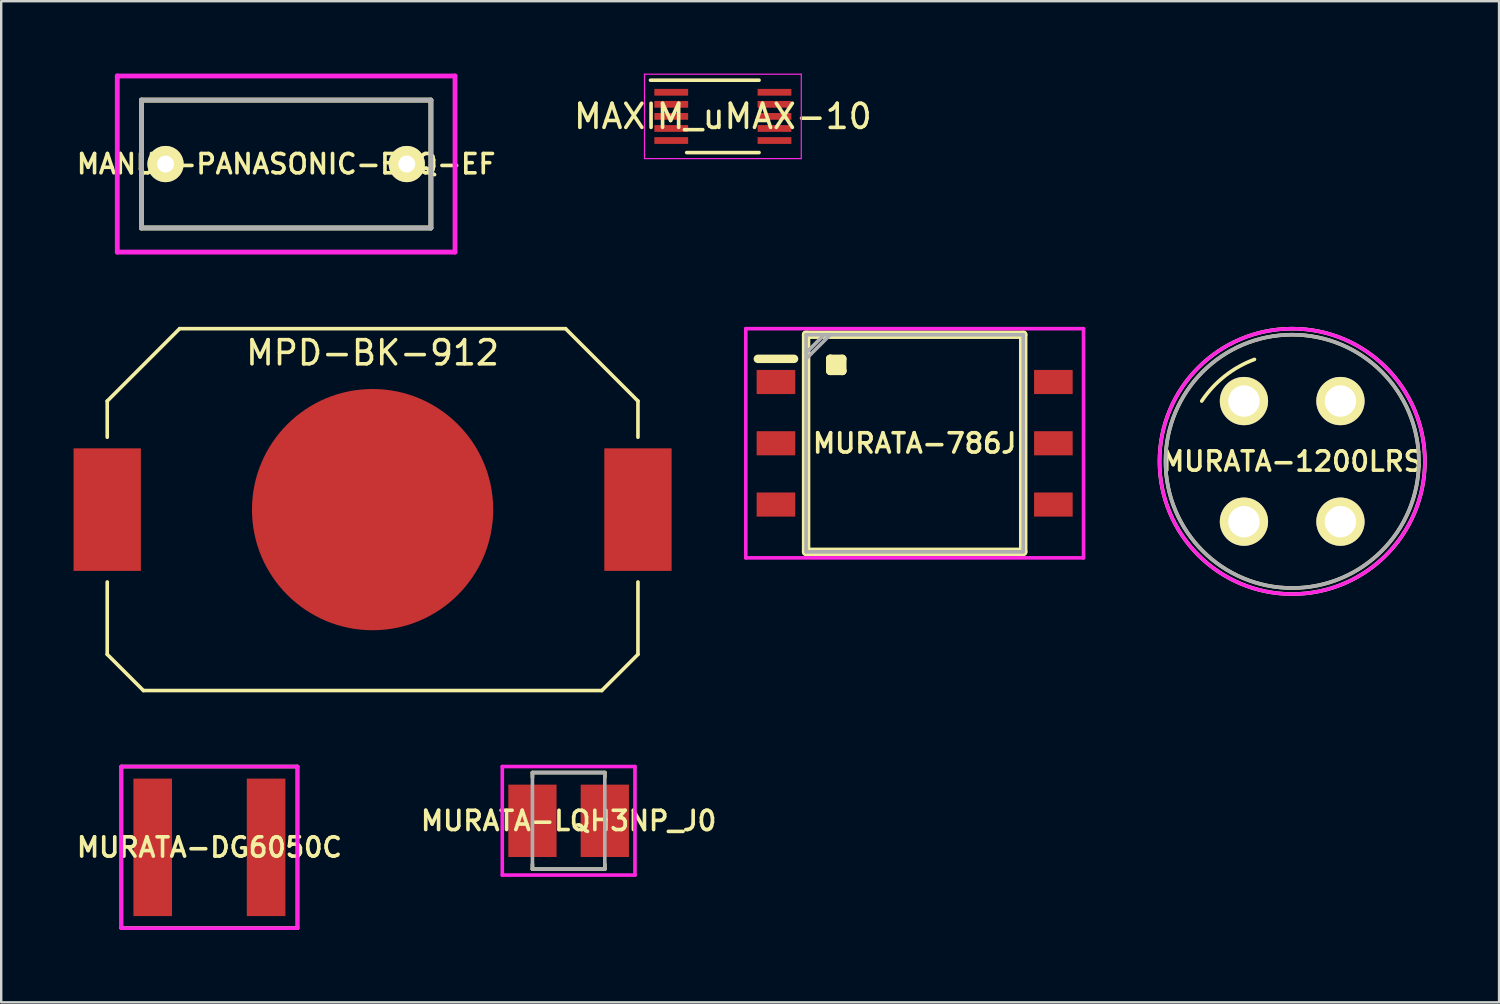
<source format=kicad_pcb>
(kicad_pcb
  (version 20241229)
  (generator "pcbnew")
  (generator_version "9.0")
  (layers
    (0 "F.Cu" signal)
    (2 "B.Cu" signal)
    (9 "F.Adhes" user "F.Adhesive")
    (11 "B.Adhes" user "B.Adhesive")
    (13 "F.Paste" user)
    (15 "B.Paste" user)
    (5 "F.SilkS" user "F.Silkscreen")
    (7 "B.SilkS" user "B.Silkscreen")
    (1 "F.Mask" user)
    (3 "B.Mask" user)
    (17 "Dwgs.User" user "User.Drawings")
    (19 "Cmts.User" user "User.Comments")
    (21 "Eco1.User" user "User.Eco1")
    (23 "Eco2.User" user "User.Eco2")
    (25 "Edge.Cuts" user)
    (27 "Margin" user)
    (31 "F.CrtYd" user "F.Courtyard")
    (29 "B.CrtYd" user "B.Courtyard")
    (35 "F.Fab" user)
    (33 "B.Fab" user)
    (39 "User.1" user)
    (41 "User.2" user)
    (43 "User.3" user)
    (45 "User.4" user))
  (footprint "MURATA-LQH3NP_J0"
    (layer "F.Cu")
    (at 20.521 30.975)
    (property "Reference" "MURATA-LQH3NP_J0" (at 0 0 0) (layer "F.SilkS") (effects (font (size 0.8 0.8) (thickness 0.15))))
    (attr smd)
    (fp_line (start -1.5 -2) (end -1.5 -1.8) (stroke (width 0.15) (type solid)) (layer "F.SilkS"))
    (fp_line (start -1.5 -2) (end 1.5 -2) (stroke (width 0.15) (type solid)) (layer "F.SilkS"))
    (fp_line (start -1.5 2) (end -1.5 1.8) (stroke (width 0.15) (type solid)) (layer "F.SilkS"))
    (fp_line (start -1.5 2) (end 1.5 2) (stroke (width 0.15) (type solid)) (layer "F.SilkS"))
    (fp_line (start 1.5 -2) (end 1.5 -1.8) (stroke (width 0.15) (type solid)) (layer "F.SilkS"))
    (fp_line (start 1.5 2) (end 1.5 1.8) (stroke (width 0.15) (type solid)) (layer "F.SilkS"))
    (fp_line (start -2.75 -2.25) (end 2.75 -2.25) (stroke (width 0.15) (type solid)) (layer "F.CrtYd"))
    (fp_line (start -2.75 2.25) (end -2.75 -2.25) (stroke (width 0.15) (type solid)) (layer "F.CrtYd"))
    (fp_line (start 2.75 -2.25) (end 2.75 2.25) (stroke (width 0.15) (type solid)) (layer "F.CrtYd"))
    (fp_line (start 2.75 2.25) (end -2.75 2.25) (stroke (width 0.15) (type solid)) (layer "F.CrtYd"))
    (fp_line (start -1.5 -2) (end 1.5 -2) (stroke (width 0.15) (type solid)) (layer "F.Fab"))
    (fp_line (start -1.5 2) (end -1.5 -2) (stroke (width 0.15) (type solid)) (layer "F.Fab"))
    (fp_line (start 1.5 -2) (end 1.5 2) (stroke (width 0.15) (type solid)) (layer "F.Fab"))
    (fp_line (start 1.5 2) (end -1.5 2) (stroke (width 0.15) (type solid)) (layer "F.Fab"))
    (pad "1" smd rect (at -1.5 0) (size 2 3) (layers "F.Cu" "F.Mask" "F.Paste"))
    (pad "2" smd rect (at 1.5 0) (size 2 3) (layers "F.Cu" "F.Mask" "F.Paste")))
  (footprint "MANUF-PANASONIC-ECQ-EF"
    (layer "F.Cu")
    (at 8.812 3.75)
    (property "Reference" "MANUF-PANASONIC-ECQ-EF" (at 0 0 0) (layer "F.SilkS") (effects (font (size 0.8 0.8) (thickness 0.15))))
    (attr through_hole)
    (fp_line (start -6 -2.65) (end 6 -2.65) (stroke (width 0.2) (type solid)) (layer "F.SilkS"))
    (fp_line (start -6 2.65) (end -6 -2.65) (stroke (width 0.2) (type solid)) (layer "F.SilkS"))
    (fp_line (start 6 -2.65) (end 6 2.65) (stroke (width 0.2) (type solid)) (layer "F.SilkS"))
    (fp_line (start 6 2.65) (end -6 2.65) (stroke (width 0.2) (type solid)) (layer "F.SilkS"))
    (fp_line (start -7 -3.65) (end 7 -3.65) (stroke (width 0.2) (type solid)) (layer "F.CrtYd"))
    (fp_line (start -7 3.65) (end -7 -3.65) (stroke (width 0.2) (type solid)) (layer "F.CrtYd"))
    (fp_line (start 7 -3.65) (end 7 3.65) (stroke (width 0.2) (type solid)) (layer "F.CrtYd"))
    (fp_line (start 7 3.65) (end -7 3.65) (stroke (width 0.2) (type solid)) (layer "F.CrtYd"))
    (fp_line (start -6 -2.65) (end 6 -2.65) (stroke (width 0.2) (type solid)) (layer "F.Fab"))
    (fp_line (start -6 2.65) (end -6 -2.65) (stroke (width 0.2) (type solid)) (layer "F.Fab"))
    (fp_line (start 6 -2.65) (end 6 2.65) (stroke (width 0.2) (type solid)) (layer "F.Fab"))
    (fp_line (start 6 2.65) (end -6 2.65) (stroke (width 0.2) (type solid)) (layer "F.Fab"))
    (pad "1" thru_hole circle (at -5 0) (size 1.5 1.5) (drill 0.7) (layers "*.Cu" "*.Mask" "F.SilkS"))
    (pad "2" thru_hole circle (at 5 0) (size 1.5 1.5) (drill 0.7) (layers "*.Cu" "*.Mask" "F.SilkS")))
  (footprint "MURATA-1200LRS"
    (layer "F.Cu")
    (at 50.515 16.075)
    (property "Reference" "MURATA-1200LRS" (at 0 0 0) (layer "F.SilkS") (effects (font (size 0.8 0.8) (thickness 0.15))))
    (attr through_hole)
    (fp_arc (start -3.75 -2.5) (mid -2.79392 -3.536455) (end -1.564351 -4.226737) (stroke (width 0.15) (type solid)) (layer "F.SilkS"))
    (fp_circle (center 0 0) (end 5.25 0) (stroke (width 0.15) (type solid)) (fill no) (layer "F.SilkS"))
    (fp_circle (center 0 0) (end 5.5 0) (stroke (width 0.15) (type solid)) (fill no) (layer "F.SilkS"))
    (fp_circle (center 0 0) (end 5.5 0) (stroke (width 0.15) (type solid)) (fill no) (layer "F.CrtYd"))
    (fp_circle (center 0 0) (end 5.25 0) (stroke (width 0.15) (type solid)) (fill no) (layer "F.Fab"))
    (pad "1" thru_hole circle (at -2 -2.5) (size 2 2) (drill 1.3) (layers "*.Cu" "*.Mask" "F.SilkS"))
    (pad "2" thru_hole circle (at -2 2.5) (size 2 2) (drill 1.3) (layers "*.Cu" "*.Mask" "F.SilkS"))
    (pad "3" thru_hole circle (at 2 2.5) (size 2 2) (drill 1.3) (layers "*.Cu" "*.Mask" "F.SilkS"))
    (pad "4" thru_hole circle (at 2 -2.5) (size 2 2) (drill 1.3) (layers "*.Cu" "*.Mask" "F.SilkS")))
  (footprint "MPD-BK-912"
    (layer "F.Cu")
    (at 12.395 18.075)
    (property "Reference" "MPD-BK-912" (at 0 -6.5 0) (layer "F.SilkS") (effects (font (size 1 1) (thickness 0.15))))
    (attr through_hole)
    (fp_line (start -11 -4.5) (end -8 -7.5) (stroke (width 0.15) (type solid)) (layer "F.SilkS"))
    (fp_line (start -11 -3) (end -11 -4.5) (stroke (width 0.15) (type solid)) (layer "F.SilkS"))
    (fp_line (start -11 6) (end -11 3) (stroke (width 0.15) (type solid)) (layer "F.SilkS"))
    (fp_line (start -9.5 7.5) (end -11 6) (stroke (width 0.15) (type solid)) (layer "F.SilkS"))
    (fp_line (start -8 -7.5) (end 8 -7.5) (stroke (width 0.15) (type solid)) (layer "F.SilkS"))
    (fp_line (start 8 -7.5) (end 11 -4.5) (stroke (width 0.15) (type solid)) (layer "F.SilkS"))
    (fp_line (start 9.5 7.5) (end -9.5 7.5) (stroke (width 0.15) (type solid)) (layer "F.SilkS"))
    (fp_line (start 11 -4.5) (end 11 -3) (stroke (width 0.15) (type solid)) (layer "F.SilkS"))
    (fp_line (start 11 3) (end 11 6) (stroke (width 0.15) (type solid)) (layer "F.SilkS"))
    (fp_line (start 11 6) (end 9.5 7.5) (stroke (width 0.15) (type solid)) (layer "F.SilkS"))
    (pad "1" smd rect (at -11 0) (size 2.79 5.08) (layers "F.Cu" "F.Mask" "F.Paste"))
    (pad "1" smd rect (at 11 0) (size 2.79 5.08) (layers "F.Cu" "F.Mask" "F.Paste"))
    (pad "2" smd circle (at 0 0) (size 10 10) (layers "F.Cu" "F.Mask" "F.Paste")))
  (footprint "MAXIM_uMAX-10"
    (layer "F.Cu")
    (at 26.915 1.775)
    (property "Reference" "MAXIM_uMAX-10" (at 0 0 0) (layer "F.SilkS") (effects (font (size 1 1) (thickness 0.15))))
    (attr through_hole)
    (fp_line (start -3 -1.5) (end 1.5 -1.5) (stroke (width 0.15) (type solid)) (layer "F.SilkS"))
    (fp_line (start 1.5 1.5) (end -1.5 1.5) (stroke (width 0.15) (type solid)) (layer "F.SilkS"))
    (fp_line (start -3.25 -1.75) (end -3.25 1.75) (stroke (width 0.05) (type solid)) (layer "F.CrtYd"))
    (fp_line (start -3.25 1.75) (end 3.25 1.75) (stroke (width 0.05) (type solid)) (layer "F.CrtYd"))
    (fp_line (start 3.25 -1.75) (end -3.25 -1.75) (stroke (width 0.05) (type solid)) (layer "F.CrtYd"))
    (fp_line (start 3.25 1.75) (end 3.25 -1.75) (stroke (width 0.05) (type solid)) (layer "F.CrtYd"))
    (pad "1" smd rect (at -2.14 -1) (size 1.4 0.28) (layers "F.Cu" "F.Mask" "F.Paste"))
    (pad "2" smd rect (at -2.14 -0.5) (size 1.4 0.28) (layers "F.Cu" "F.Mask" "F.Paste"))
    (pad "3" smd rect (at -2.14 0) (size 1.4 0.28) (layers "F.Cu" "F.Mask" "F.Paste"))
    (pad "4" smd rect (at -2.14 0.5) (size 1.4 0.28) (layers "F.Cu" "F.Mask" "F.Paste"))
    (pad "5" smd rect (at -2.14 1) (size 1.4 0.28) (layers "F.Cu" "F.Mask" "F.Paste"))
    (pad "6" smd rect (at 2.14 1) (size 1.4 0.28) (layers "F.Cu" "F.Mask" "F.Paste"))
    (pad "7" smd rect (at 2.14 0.5) (size 1.4 0.28) (layers "F.Cu" "F.Mask" "F.Paste"))
    (pad "8" smd rect (at 2.14 0) (size 1.4 0.28) (layers "F.Cu" "F.Mask" "F.Paste"))
    (pad "9" smd rect (at 2.14 -0.5) (size 1.4 0.28) (layers "F.Cu" "F.Mask" "F.Paste"))
    (pad "10" smd rect (at 2.14 -1) (size 1.4 0.28) (layers "F.Cu" "F.Mask" "F.Paste")))
  (footprint "MURATA-786J"
    (layer "F.Cu")
    (at 34.865 15.325)
    (property "Reference" "MURATA-786J" (at 0 0 0) (layer "F.SilkS") (effects (font (size 0.8 0.8) (thickness 0.15))))
    (attr smd)
    (fp_line (start -5 -3.5) (end -6.5 -3.5) (stroke (width 0.35) (type solid)) (layer "F.SilkS"))
    (fp_line (start -4.5 -4.5) (end -4.5 4.5) (stroke (width 0.35) (type solid)) (layer "F.SilkS"))
    (fp_line (start -4.5 4.5) (end 4.5 4.5) (stroke (width 0.35) (type solid)) (layer "F.SilkS"))
    (fp_line (start -3.5 -3.5) (end -3.5 -3) (stroke (width 0.35) (type solid)) (layer "F.SilkS"))
    (fp_line (start -3.5 -3.5) (end -3 -3) (stroke (width 0.35) (type solid)) (layer "F.SilkS"))
    (fp_line (start -3.5 -3) (end -3 -3) (stroke (width 0.35) (type solid)) (layer "F.SilkS"))
    (fp_line (start -3 -3.5) (end -3.5 -3.5) (stroke (width 0.35) (type solid)) (layer "F.SilkS"))
    (fp_line (start -3 -3) (end -3 -3.5) (stroke (width 0.35) (type solid)) (layer "F.SilkS"))
    (fp_line (start 4.5 -4.5) (end -4.5 -4.5) (stroke (width 0.35) (type solid)) (layer "F.SilkS"))
    (fp_line (start 4.5 4.5) (end 4.5 -4.5) (stroke (width 0.35) (type solid)) (layer "F.SilkS"))
    (fp_line (start -7 -4.75) (end -7 4.75) (stroke (width 0.15) (type solid)) (layer "F.CrtYd"))
    (fp_line (start -7 4.75) (end 7 4.75) (stroke (width 0.15) (type solid)) (layer "F.CrtYd"))
    (fp_line (start 7 -4.75) (end -7 -4.75) (stroke (width 0.15) (type solid)) (layer "F.CrtYd"))
    (fp_line (start 7 4.75) (end 7 -4.75) (stroke (width 0.15) (type solid)) (layer "F.CrtYd"))
    (fp_line (start -4.5 -4.5) (end -4.5 4.5) (stroke (width 0.15) (type solid)) (layer "F.Fab"))
    (fp_line (start -4.5 -3.75) (end -3.75 -4.5) (stroke (width 0.15) (type solid)) (layer "F.Fab"))
    (fp_line (start -4.5 4.5) (end 4.5 4.5) (stroke (width 0.15) (type solid)) (layer "F.Fab"))
    (fp_line (start -3.5 -4.5) (end -4.5 -3.5) (stroke (width 0.15) (type solid)) (layer "F.Fab"))
    (fp_line (start 4.5 -4.5) (end -4.5 -4.5) (stroke (width 0.15) (type solid)) (layer "F.Fab"))
    (fp_line (start 4.5 4.5) (end 4.5 -4.5) (stroke (width 0.15) (type solid)) (layer "F.Fab"))
    (pad "1" smd rect (at -5.75 -2.54) (size 1.6 1) (layers "F.Cu" "F.Mask" "F.Paste"))
    (pad "2" smd rect (at -5.75 0) (size 1.6 1) (layers "F.Cu" "F.Mask" "F.Paste"))
    (pad "3" smd rect (at -5.75 2.54) (size 1.6 1) (layers "F.Cu" "F.Mask" "F.Paste"))
    (pad "4" smd rect (at 5.75 2.54) (size 1.6 1) (layers "F.Cu" "F.Mask" "F.Paste"))
    (pad "5" smd rect (at 5.75 0) (size 1.6 1) (layers "F.Cu" "F.Mask" "F.Paste"))
    (pad "6" smd rect (at 5.75 -2.54) (size 1.6 1) (layers "F.Cu" "F.Mask" "F.Paste")))
  (footprint "MURATA-DG6050C"
    (layer "F.Cu")
    (at 5.631 32.075)
    (property "Reference" "MURATA-DG6050C" (at 0 0 0) (layer "F.SilkS") (effects (font (size 0.8 0.8) (thickness 0.15))))
    (attr through_hole)
    (fp_line (start -3.65 -3.35) (end 3.65 -3.35) (stroke (width 0.15) (type solid)) (layer "F.SilkS"))
    (fp_line (start -3.65 3.35) (end -3.65 -3.35) (stroke (width 0.15) (type solid)) (layer "F.SilkS"))
    (fp_line (start 3.65 -3.35) (end 3.65 3.35) (stroke (width 0.15) (type solid)) (layer "F.SilkS"))
    (fp_line (start 3.65 3.35) (end -3.65 3.35) (stroke (width 0.15) (type solid)) (layer "F.SilkS"))
    (fp_line (start -3.65 -3.35) (end 3.65 -3.35) (stroke (width 0.15) (type solid)) (layer "F.CrtYd"))
    (fp_line (start -3.65 3.35) (end -3.65 -3.35) (stroke (width 0.15) (type solid)) (layer "F.CrtYd"))
    (fp_line (start 3.65 -3.35) (end 3.65 3.35) (stroke (width 0.15) (type solid)) (layer "F.CrtYd"))
    (fp_line (start 3.65 3.35) (end -3.65 3.35) (stroke (width 0.15) (type solid)) (layer "F.CrtYd"))
    (pad "1" smd rect (at -2.35 0) (size 1.6 5.7) (layers "F.Cu" "F.Mask" "F.Paste"))
    (pad "2" smd rect (at 2.35 0) (size 1.6 5.7) (layers "F.Cu" "F.Mask" "F.Paste")))
  (gr_rect
    (start -3 -3)
    (end 59.09 38.5)
    (stroke (width 0.1) (type default))
    (fill no)
    (layer "Edge.Cuts")))
</source>
